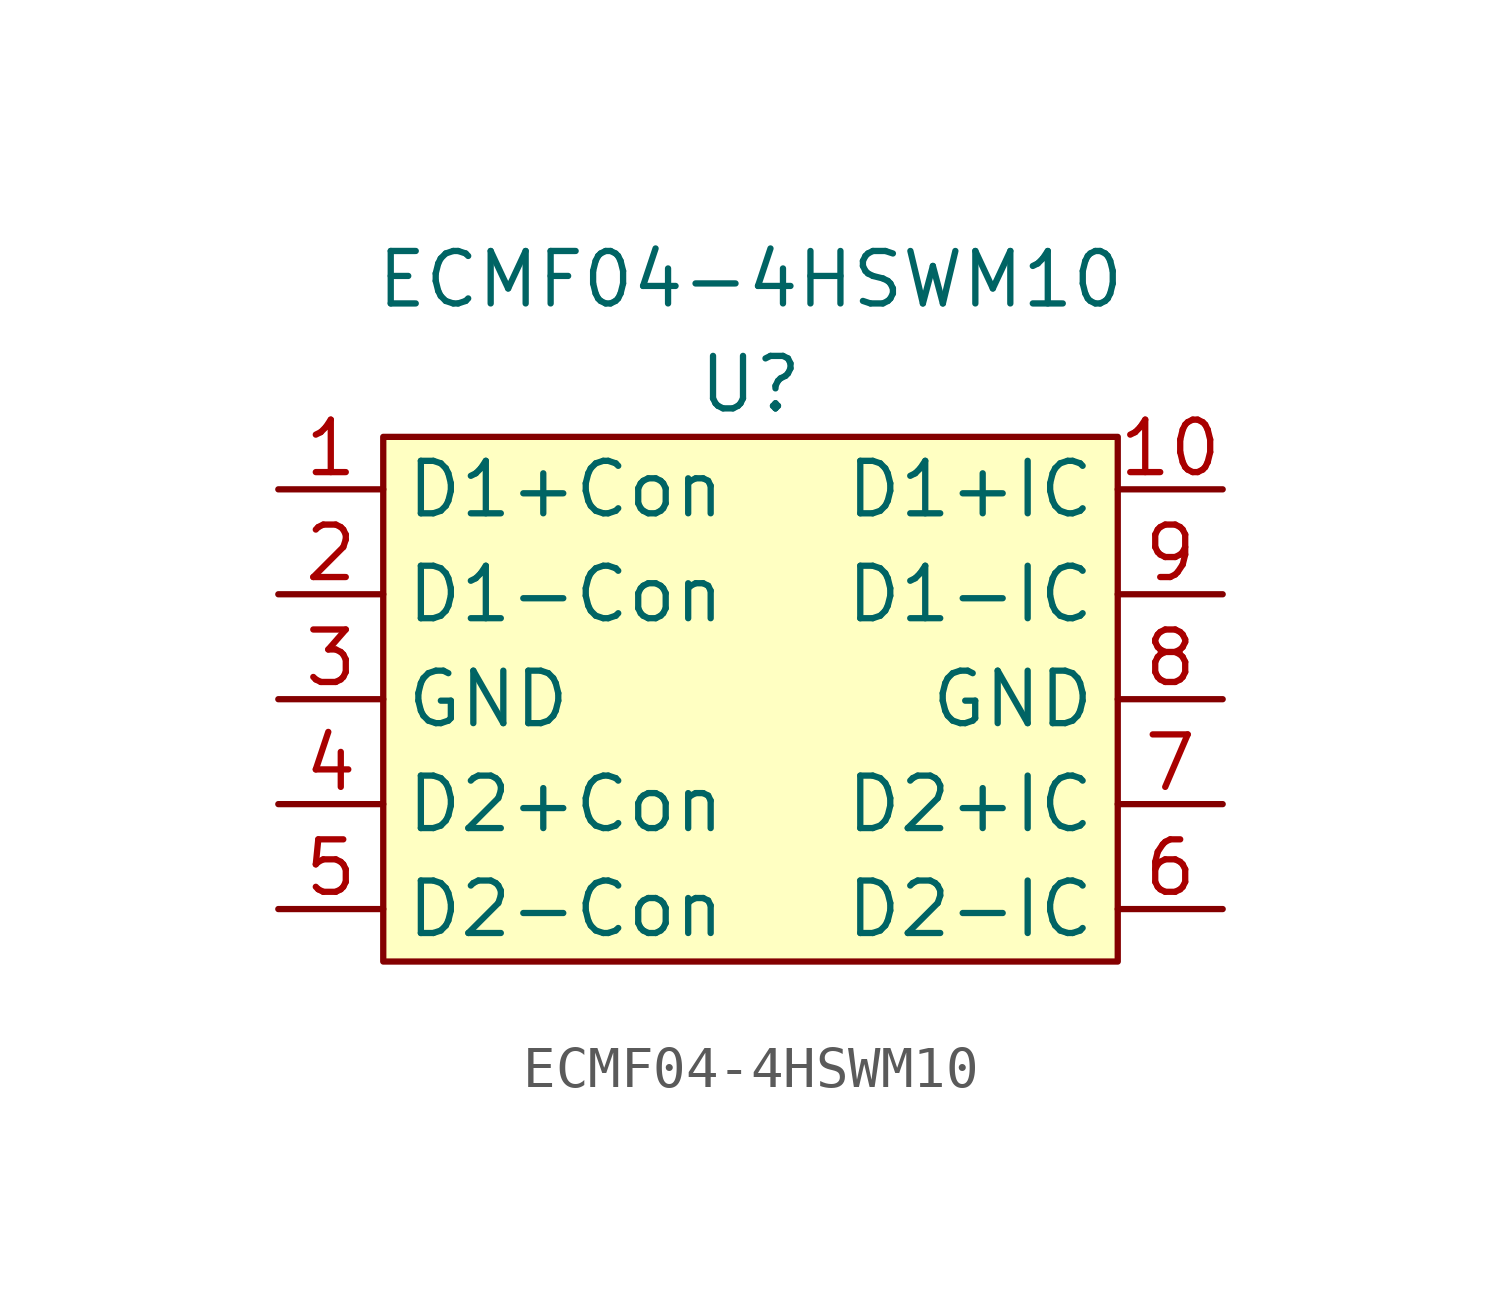
<source format=kicad_sym>
(kicad_symbol_lib
  (version 20211014)
  (generator kicad_symbol_editor)
  (symbol "ECMF04-4HSWM10"
    (property "Reference" "U"
      (at 0 7.62 0)
      (effects (font (size 1.27 1.27))))
    (property "Value" "ECMF04-4HSWM10"
      (at 0 10.16 0)
      (effects (font (size 1.27 1.27))))
    (symbol "ECMF04-4HSWM10_0_1"
      (rectangle (start -8.89 6.35) (end 8.89 -6.35) (stroke (width 0) (type default) (color 0 0 0 0)) (fill (type background))))
    (symbol "ECMF04-4HSWM10_1_1"
      (pin passive line (at -11.43 5.08 0) (length 2.54) (name "D1+Con" (effects (font (size 1.27 1.27)))) (number "1" (effects (font (size 1.27 1.27)))))
      (pin passive line (at 11.43 5.08 180) (length 2.54) (name "D1+IC" (effects (font (size 1.27 1.27)))) (number "10" (effects (font (size 1.27 1.27)))))
      (pin passive line (at -11.43 2.54 0) (length 2.54) (name "D1-Con" (effects (font (size 1.27 1.27)))) (number "2" (effects (font (size 1.27 1.27)))))
      (pin power_in line (at -11.43 0 0) (length 2.54) (name "GND" (effects (font (size 1.27 1.27)))) (number "3" (effects (font (size 1.27 1.27)))))
      (pin passive line (at -11.43 -2.54 0) (length 2.54) (name "D2+Con" (effects (font (size 1.27 1.27)))) (number "4" (effects (font (size 1.27 1.27)))))
      (pin passive line (at -11.43 -5.08 0) (length 2.54) (name "D2-Con" (effects (font (size 1.27 1.27)))) (number "5" (effects (font (size 1.27 1.27)))))
      (pin passive line (at 11.43 -5.08 180) (length 2.54) (name "D2-IC" (effects (font (size 1.27 1.27)))) (number "6" (effects (font (size 1.27 1.27)))))
      (pin passive line (at 11.43 -2.54 180) (length 2.54) (name "D2+IC" (effects (font (size 1.27 1.27)))) (number "7" (effects (font (size 1.27 1.27)))))
      (pin power_in line (at 11.43 0 180) (length 2.54) (name "GND" (effects (font (size 1.27 1.27)))) (number "8" (effects (font (size 1.27 1.27)))))
      (pin passive line (at 11.43 2.54 180) (length 2.54) (name "D1-IC" (effects (font (size 1.27 1.27)))) (number "9" (effects (font (size 1.27 1.27))))))))
</source>
